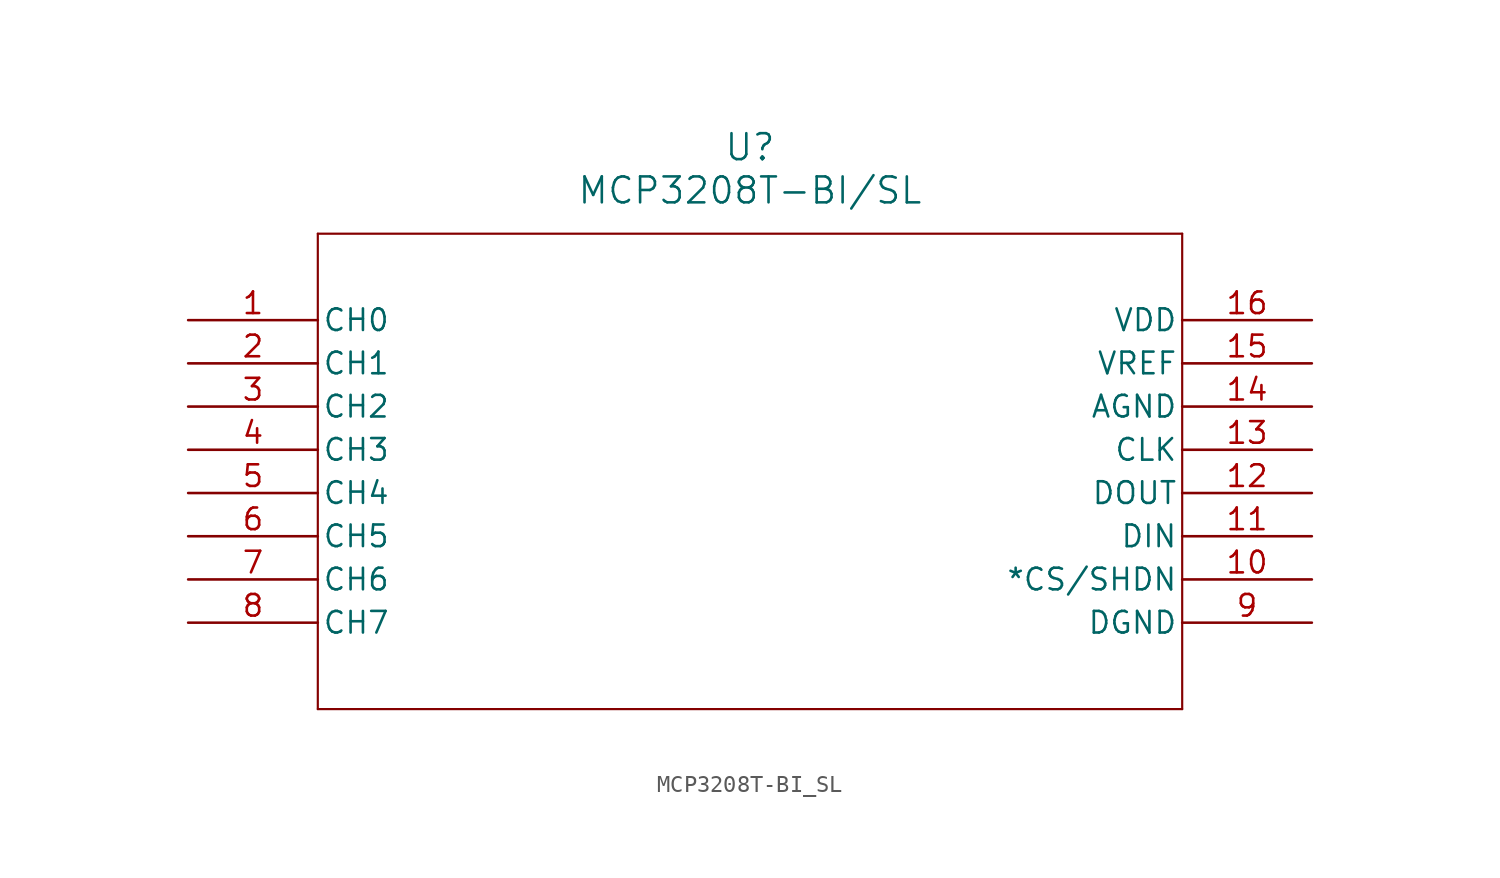
<source format=kicad_sym>
(kicad_symbol_lib
  (version 20211014)
  (generator kicad_symbol_editor)
  (symbol "MCP3208T-BI_SL"
    (pin_names
      (offset 0.254))
    (property "Reference" "U"
      (at 33.02 10.16 0)
      (effects (font (size 1.524 1.524))))
    (property "Value" "MCP3208T-BI/SL"
      (at 33.02 7.62 0)
      (effects (font (size 1.524 1.524))))
    (symbol "MCP3208T-BI_SL_0_1"
      (polyline (pts (xy 7.62 5.08) (xy 7.62 -22.86)) (stroke (width 0.127) (type default) (color 0 0 0 0)) (fill (type none)))
      (polyline (pts (xy 7.62 -22.86) (xy 58.42 -22.86)) (stroke (width 0.127) (type default) (color 0 0 0 0)) (fill (type none)))
      (polyline (pts (xy 58.42 -22.86) (xy 58.42 5.08)) (stroke (width 0.127) (type default) (color 0 0 0 0)) (fill (type none)))
      (polyline (pts (xy 58.42 5.08) (xy 7.62 5.08)) (stroke (width 0.127) (type default) (color 0 0 0 0)) (fill (type none)))
      (pin unspecified line (at 0 0 0) (length 7.62) (name "CH0" (effects (font (size 1.27 1.27)))) (number "1" (effects (font (size 1.27 1.27)))))
      (pin unspecified line (at 0 -2.54 0) (length 7.62) (name "CH1" (effects (font (size 1.27 1.27)))) (number "2" (effects (font (size 1.27 1.27)))))
      (pin unspecified line (at 0 -5.08 0) (length 7.62) (name "CH2" (effects (font (size 1.27 1.27)))) (number "3" (effects (font (size 1.27 1.27)))))
      (pin unspecified line (at 0 -7.62 0) (length 7.62) (name "CH3" (effects (font (size 1.27 1.27)))) (number "4" (effects (font (size 1.27 1.27)))))
      (pin unspecified line (at 0 -10.16 0) (length 7.62) (name "CH4" (effects (font (size 1.27 1.27)))) (number "5" (effects (font (size 1.27 1.27)))))
      (pin unspecified line (at 0 -12.7 0) (length 7.62) (name "CH5" (effects (font (size 1.27 1.27)))) (number "6" (effects (font (size 1.27 1.27)))))
      (pin unspecified line (at 0 -15.24 0) (length 7.62) (name "CH6" (effects (font (size 1.27 1.27)))) (number "7" (effects (font (size 1.27 1.27)))))
      (pin unspecified line (at 0 -17.78 0) (length 7.62) (name "CH7" (effects (font (size 1.27 1.27)))) (number "8" (effects (font (size 1.27 1.27)))))
      (pin unspecified line (at 66.04 -17.78 180) (length 7.62) (name "DGND" (effects (font (size 1.27 1.27)))) (number "9" (effects (font (size 1.27 1.27)))))
      (pin unspecified line (at 66.04 -15.24 180) (length 7.62) (name "*CS/SHDN" (effects (font (size 1.27 1.27)))) (number "10" (effects (font (size 1.27 1.27)))))
      (pin unspecified line (at 66.04 -12.7 180) (length 7.62) (name "DIN" (effects (font (size 1.27 1.27)))) (number "11" (effects (font (size 1.27 1.27)))))
      (pin unspecified line (at 66.04 -10.16 180) (length 7.62) (name "DOUT" (effects (font (size 1.27 1.27)))) (number "12" (effects (font (size 1.27 1.27)))))
      (pin unspecified line (at 66.04 -7.62 180) (length 7.62) (name "CLK" (effects (font (size 1.27 1.27)))) (number "13" (effects (font (size 1.27 1.27)))))
      (pin unspecified line (at 66.04 -5.08 180) (length 7.62) (name "AGND" (effects (font (size 1.27 1.27)))) (number "14" (effects (font (size 1.27 1.27)))))
      (pin unspecified line (at 66.04 -2.54 180) (length 7.62) (name "VREF" (effects (font (size 1.27 1.27)))) (number "15" (effects (font (size 1.27 1.27)))))
      (pin unspecified line (at 66.04 0 180) (length 7.62) (name "VDD" (effects (font (size 1.27 1.27)))) (number "16" (effects (font (size 1.27 1.27))))))))
</source>
